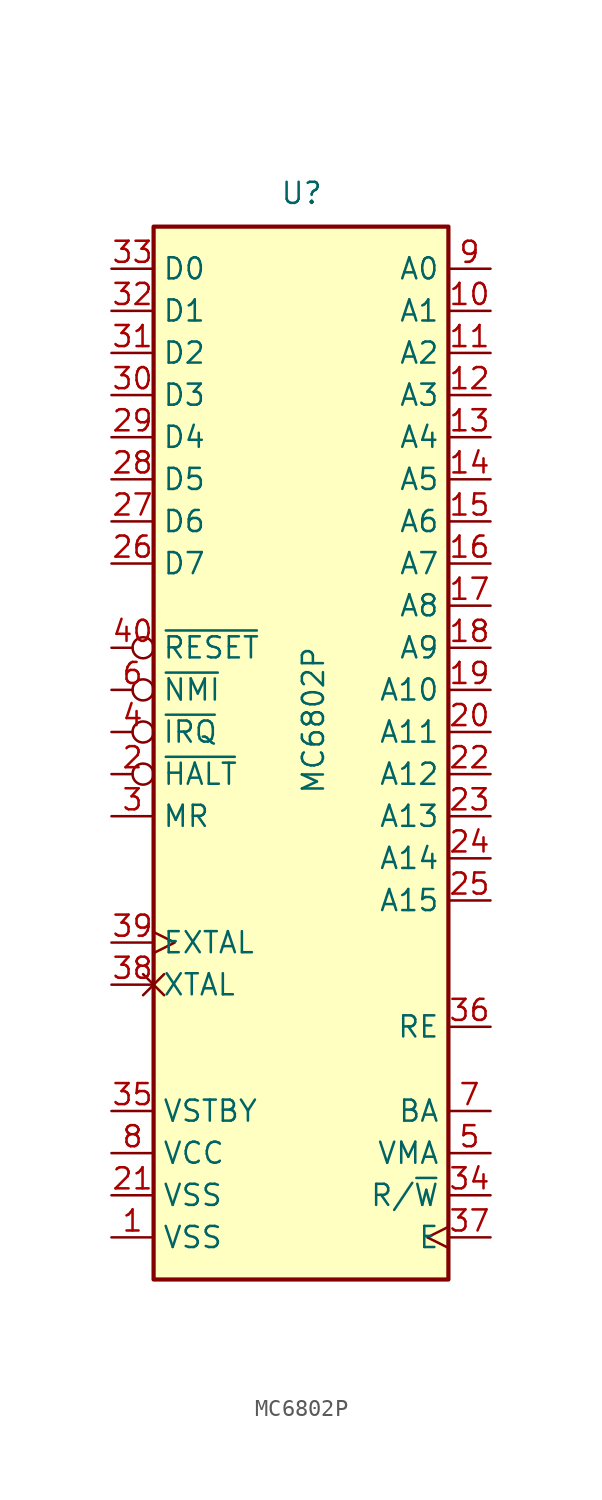
<source format=kicad_sym>
(kicad_symbol_lib
  (version 20220914)
  (generator kicad_symbol_editor)
  (symbol "MC6802P"
    (property "Reference" "U"
      (at -1.27 31.75 0)
      (effects (font (size 1.27 1.27)) (justify left bottom)))
    (property "Value" "MC6802P"
      (at 0 -3.81 90)
      (effects (font (size 1.27 1.27)) (justify left top)))
    (symbol "MC6802P_0_1"
      (rectangle (start -8.89 -33.02) (end 8.89 30.48) (stroke (width 0.254) (type default)) (fill (type background))))
    (symbol "MC6802P_1_1"
      (pin power_in line (at -11.43 -30.48 0) (length 2.54) (name "VSS" (effects (font (size 1.27 1.27)))) (number "1" (effects (font (size 1.27 1.27)))))
      (pin output line (at 11.43 25.4 180) (length 2.54) (name "A1" (effects (font (size 1.27 1.27)))) (number "10" (effects (font (size 1.27 1.27)))))
      (pin output line (at 11.43 22.86 180) (length 2.54) (name "A2" (effects (font (size 1.27 1.27)))) (number "11" (effects (font (size 1.27 1.27)))))
      (pin output line (at 11.43 20.32 180) (length 2.54) (name "A3" (effects (font (size 1.27 1.27)))) (number "12" (effects (font (size 1.27 1.27)))))
      (pin output line (at 11.43 17.78 180) (length 2.54) (name "A4" (effects (font (size 1.27 1.27)))) (number "13" (effects (font (size 1.27 1.27)))))
      (pin output line (at 11.43 15.24 180) (length 2.54) (name "A5" (effects (font (size 1.27 1.27)))) (number "14" (effects (font (size 1.27 1.27)))))
      (pin output line (at 11.43 12.7 180) (length 2.54) (name "A6" (effects (font (size 1.27 1.27)))) (number "15" (effects (font (size 1.27 1.27)))))
      (pin output line (at 11.43 10.16 180) (length 2.54) (name "A7" (effects (font (size 1.27 1.27)))) (number "16" (effects (font (size 1.27 1.27)))))
      (pin output line (at 11.43 7.62 180) (length 2.54) (name "A8" (effects (font (size 1.27 1.27)))) (number "17" (effects (font (size 1.27 1.27)))))
      (pin output line (at 11.43 5.08 180) (length 2.54) (name "A9" (effects (font (size 1.27 1.27)))) (number "18" (effects (font (size 1.27 1.27)))))
      (pin output line (at 11.43 2.54 180) (length 2.54) (name "A10" (effects (font (size 1.27 1.27)))) (number "19" (effects (font (size 1.27 1.27)))))
      (pin input inverted (at -11.43 -2.54 0) (length 2.54) (name "~{HALT}" (effects (font (size 1.27 1.27)))) (number "2" (effects (font (size 1.27 1.27)))))
      (pin output line (at 11.43 0 180) (length 2.54) (name "A11" (effects (font (size 1.27 1.27)))) (number "20" (effects (font (size 1.27 1.27)))))
      (pin power_in line (at -11.43 -27.94 0) (length 2.54) (name "VSS" (effects (font (size 1.27 1.27)))) (number "21" (effects (font (size 1.27 1.27)))))
      (pin output line (at 11.43 -2.54 180) (length 2.54) (name "A12" (effects (font (size 1.27 1.27)))) (number "22" (effects (font (size 1.27 1.27)))))
      (pin output line (at 11.43 -5.08 180) (length 2.54) (name "A13" (effects (font (size 1.27 1.27)))) (number "23" (effects (font (size 1.27 1.27)))))
      (pin output line (at 11.43 -7.62 180) (length 2.54) (name "A14" (effects (font (size 1.27 1.27)))) (number "24" (effects (font (size 1.27 1.27)))))
      (pin output line (at 11.43 -10.16 180) (length 2.54) (name "A15" (effects (font (size 1.27 1.27)))) (number "25" (effects (font (size 1.27 1.27)))))
      (pin bidirectional line (at -11.43 10.16 0) (length 2.54) (name "D7" (effects (font (size 1.27 1.27)))) (number "26" (effects (font (size 1.27 1.27)))))
      (pin bidirectional line (at -11.43 12.7 0) (length 2.54) (name "D6" (effects (font (size 1.27 1.27)))) (number "27" (effects (font (size 1.27 1.27)))))
      (pin bidirectional line (at -11.43 15.24 0) (length 2.54) (name "D5" (effects (font (size 1.27 1.27)))) (number "28" (effects (font (size 1.27 1.27)))))
      (pin bidirectional line (at -11.43 17.78 0) (length 2.54) (name "D4" (effects (font (size 1.27 1.27)))) (number "29" (effects (font (size 1.27 1.27)))))
      (pin input line (at -11.43 -5.08 0) (length 2.54) (name "MR" (effects (font (size 1.27 1.27)))) (number "3" (effects (font (size 1.27 1.27)))))
      (pin bidirectional line (at -11.43 20.32 0) (length 2.54) (name "D3" (effects (font (size 1.27 1.27)))) (number "30" (effects (font (size 1.27 1.27)))))
      (pin bidirectional line (at -11.43 22.86 0) (length 2.54) (name "D2" (effects (font (size 1.27 1.27)))) (number "31" (effects (font (size 1.27 1.27)))))
      (pin bidirectional line (at -11.43 25.4 0) (length 2.54) (name "D1" (effects (font (size 1.27 1.27)))) (number "32" (effects (font (size 1.27 1.27)))))
      (pin bidirectional line (at -11.43 27.94 0) (length 2.54) (name "D0" (effects (font (size 1.27 1.27)))) (number "33" (effects (font (size 1.27 1.27)))))
      (pin output line (at 11.43 -27.94 180) (length 2.54) (name "R/~{W}" (effects (font (size 1.27 1.27)))) (number "34" (effects (font (size 1.27 1.27)))))
      (pin power_in line (at -11.43 -22.86 0) (length 2.54) (name "VSTBY" (effects (font (size 1.27 1.27)))) (number "35" (effects (font (size 1.27 1.27)))))
      (pin input line (at 11.43 -17.78 180) (length 2.54) (name "RE" (effects (font (size 1.27 1.27)))) (number "36" (effects (font (size 1.27 1.27)))))
      (pin output clock (at 11.43 -30.48 180) (length 2.54) (name "E" (effects (font (size 1.27 1.27)))) (number "37" (effects (font (size 1.27 1.27)))))
      (pin passive non_logic (at -11.43 -15.24 0) (length 2.54) (name "XTAL" (effects (font (size 1.27 1.27)))) (number "38" (effects (font (size 1.27 1.27)))))
      (pin input clock (at -11.43 -12.7 0) (length 2.54) (name "EXTAL" (effects (font (size 1.27 1.27)))) (number "39" (effects (font (size 1.27 1.27)))))
      (pin input inverted (at -11.43 0 0) (length 2.54) (name "~{IRQ}" (effects (font (size 1.27 1.27)))) (number "4" (effects (font (size 1.27 1.27)))))
      (pin input inverted (at -11.43 5.08 0) (length 2.54) (name "~{RESET}" (effects (font (size 1.27 1.27)))) (number "40" (effects (font (size 1.27 1.27)))))
      (pin output line (at 11.43 -25.4 180) (length 2.54) (name "VMA" (effects (font (size 1.27 1.27)))) (number "5" (effects (font (size 1.27 1.27)))))
      (pin input inverted (at -11.43 2.54 0) (length 2.54) (name "~{NMI}" (effects (font (size 1.27 1.27)))) (number "6" (effects (font (size 1.27 1.27)))))
      (pin output line (at 11.43 -22.86 180) (length 2.54) (name "BA" (effects (font (size 1.27 1.27)))) (number "7" (effects (font (size 1.27 1.27)))))
      (pin power_in line (at -11.43 -25.4 0) (length 2.54) (name "VCC" (effects (font (size 1.27 1.27)))) (number "8" (effects (font (size 1.27 1.27)))))
      (pin output line (at 11.43 27.94 180) (length 2.54) (name "A0" (effects (font (size 1.27 1.27)))) (number "9" (effects (font (size 1.27 1.27))))))))
</source>
